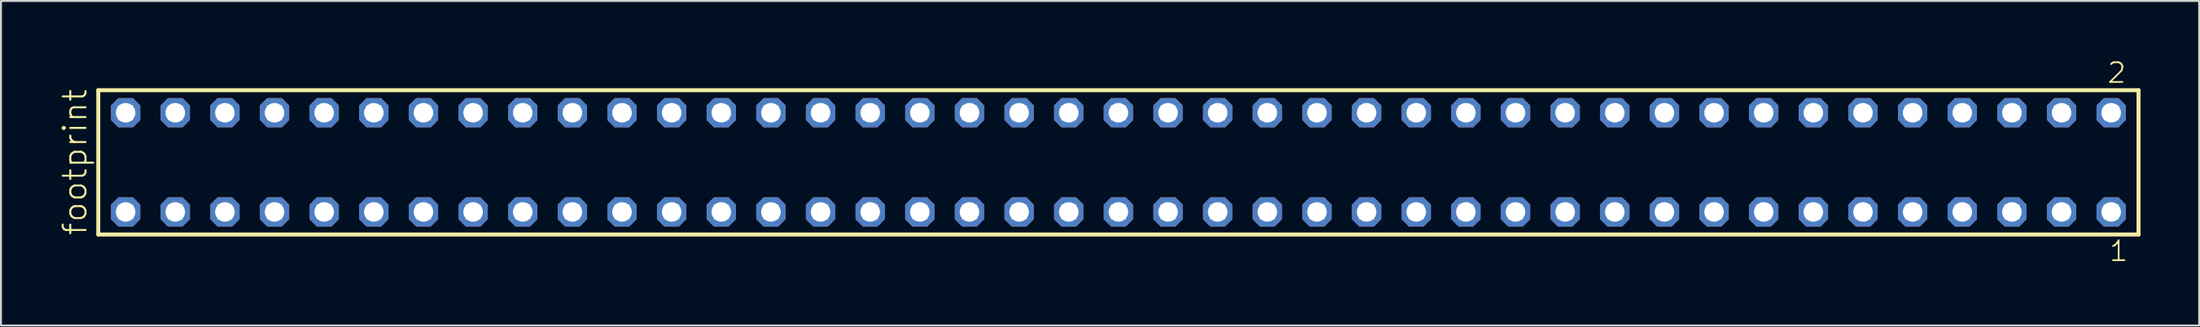
<source format=kicad_pcb>
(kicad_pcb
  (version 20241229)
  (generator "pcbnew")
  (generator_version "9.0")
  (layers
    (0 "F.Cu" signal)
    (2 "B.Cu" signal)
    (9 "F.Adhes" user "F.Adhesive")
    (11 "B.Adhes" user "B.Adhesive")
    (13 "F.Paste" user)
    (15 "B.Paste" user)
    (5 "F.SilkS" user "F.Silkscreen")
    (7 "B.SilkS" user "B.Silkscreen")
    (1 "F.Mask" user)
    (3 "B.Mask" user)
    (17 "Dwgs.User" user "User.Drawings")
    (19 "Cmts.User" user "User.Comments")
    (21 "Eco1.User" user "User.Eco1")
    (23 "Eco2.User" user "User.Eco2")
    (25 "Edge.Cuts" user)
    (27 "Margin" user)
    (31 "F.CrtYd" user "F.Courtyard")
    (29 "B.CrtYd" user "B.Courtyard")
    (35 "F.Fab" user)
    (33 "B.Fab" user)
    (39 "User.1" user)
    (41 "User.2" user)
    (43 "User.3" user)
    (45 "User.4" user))
  (footprint "footprint"
    (layer "F.Cu")
    (at 54.178 5.265)
    (property "Reference" "footprint" (at -52.705 3.81 90) (layer "F.SilkS") (effects (font (size 1.168 1.168) (thickness 0.102)) (justify left bottom)))
    (fp_line (start -52.199 -3.695) (end 52.199 -3.695) (stroke (width 0.203) (type solid)) (layer "F.SilkS"))
    (fp_line (start -52.199 3.695) (end -52.199 -3.695) (stroke (width 0.203) (type solid)) (layer "F.SilkS"))
    (fp_line (start 52.199 -3.695) (end 52.199 3.695) (stroke (width 0.203) (type solid)) (layer "F.SilkS"))
    (fp_line (start 52.199 3.695) (end -52.199 3.695) (stroke (width 0.203) (type solid)) (layer "F.SilkS"))
    (fp_poly (pts (xy -51.15 -2.19) (xy -50.45 -2.19) (xy -50.45 -2.89) (xy -51.15 -2.89)) (stroke (width 0.1) (type solid)) (fill no) (layer "F.Fab"))
    (fp_poly (pts (xy -51.15 2.89) (xy -50.45 2.89) (xy -50.45 2.19) (xy -51.15 2.19)) (stroke (width 0.1) (type solid)) (fill no) (layer "F.Fab"))
    (fp_poly (pts (xy -48.61 -2.19) (xy -47.91 -2.19) (xy -47.91 -2.89) (xy -48.61 -2.89)) (stroke (width 0.1) (type solid)) (fill no) (layer "F.Fab"))
    (fp_poly (pts (xy -48.61 2.89) (xy -47.91 2.89) (xy -47.91 2.19) (xy -48.61 2.19)) (stroke (width 0.1) (type solid)) (fill no) (layer "F.Fab"))
    (fp_poly (pts (xy -46.07 -2.19) (xy -45.37 -2.19) (xy -45.37 -2.89) (xy -46.07 -2.89)) (stroke (width 0.1) (type solid)) (fill no) (layer "F.Fab"))
    (fp_poly (pts (xy -46.07 2.89) (xy -45.37 2.89) (xy -45.37 2.19) (xy -46.07 2.19)) (stroke (width 0.1) (type solid)) (fill no) (layer "F.Fab"))
    (fp_poly (pts (xy -43.53 -2.19) (xy -42.83 -2.19) (xy -42.83 -2.89) (xy -43.53 -2.89)) (stroke (width 0.1) (type solid)) (fill no) (layer "F.Fab"))
    (fp_poly (pts (xy -43.53 2.89) (xy -42.83 2.89) (xy -42.83 2.19) (xy -43.53 2.19)) (stroke (width 0.1) (type solid)) (fill no) (layer "F.Fab"))
    (fp_poly (pts (xy -40.99 -2.19) (xy -40.29 -2.19) (xy -40.29 -2.89) (xy -40.99 -2.89)) (stroke (width 0.1) (type solid)) (fill no) (layer "F.Fab"))
    (fp_poly (pts (xy -40.99 2.89) (xy -40.29 2.89) (xy -40.29 2.19) (xy -40.99 2.19)) (stroke (width 0.1) (type solid)) (fill no) (layer "F.Fab"))
    (fp_poly (pts (xy -38.45 -2.19) (xy -37.75 -2.19) (xy -37.75 -2.89) (xy -38.45 -2.89)) (stroke (width 0.1) (type solid)) (fill no) (layer "F.Fab"))
    (fp_poly (pts (xy -38.45 2.89) (xy -37.75 2.89) (xy -37.75 2.19) (xy -38.45 2.19)) (stroke (width 0.1) (type solid)) (fill no) (layer "F.Fab"))
    (fp_poly (pts (xy -35.91 -2.19) (xy -35.21 -2.19) (xy -35.21 -2.89) (xy -35.91 -2.89)) (stroke (width 0.1) (type solid)) (fill no) (layer "F.Fab"))
    (fp_poly (pts (xy -35.91 2.89) (xy -35.21 2.89) (xy -35.21 2.19) (xy -35.91 2.19)) (stroke (width 0.1) (type solid)) (fill no) (layer "F.Fab"))
    (fp_poly (pts (xy -33.37 -2.19) (xy -32.67 -2.19) (xy -32.67 -2.89) (xy -33.37 -2.89)) (stroke (width 0.1) (type solid)) (fill no) (layer "F.Fab"))
    (fp_poly (pts (xy -33.37 2.89) (xy -32.67 2.89) (xy -32.67 2.19) (xy -33.37 2.19)) (stroke (width 0.1) (type solid)) (fill no) (layer "F.Fab"))
    (fp_poly (pts (xy -30.83 -2.19) (xy -30.13 -2.19) (xy -30.13 -2.89) (xy -30.83 -2.89)) (stroke (width 0.1) (type solid)) (fill no) (layer "F.Fab"))
    (fp_poly (pts (xy -30.83 2.89) (xy -30.13 2.89) (xy -30.13 2.19) (xy -30.83 2.19)) (stroke (width 0.1) (type solid)) (fill no) (layer "F.Fab"))
    (fp_poly (pts (xy -28.29 -2.19) (xy -27.59 -2.19) (xy -27.59 -2.89) (xy -28.29 -2.89)) (stroke (width 0.1) (type solid)) (fill no) (layer "F.Fab"))
    (fp_poly (pts (xy -28.29 2.89) (xy -27.59 2.89) (xy -27.59 2.19) (xy -28.29 2.19)) (stroke (width 0.1) (type solid)) (fill no) (layer "F.Fab"))
    (fp_poly (pts (xy -25.75 -2.19) (xy -25.05 -2.19) (xy -25.05 -2.89) (xy -25.75 -2.89)) (stroke (width 0.1) (type solid)) (fill no) (layer "F.Fab"))
    (fp_poly (pts (xy -25.75 2.89) (xy -25.05 2.89) (xy -25.05 2.19) (xy -25.75 2.19)) (stroke (width 0.1) (type solid)) (fill no) (layer "F.Fab"))
    (fp_poly (pts (xy -23.21 -2.19) (xy -22.51 -2.19) (xy -22.51 -2.89) (xy -23.21 -2.89)) (stroke (width 0.1) (type solid)) (fill no) (layer "F.Fab"))
    (fp_poly (pts (xy -23.21 2.89) (xy -22.51 2.89) (xy -22.51 2.19) (xy -23.21 2.19)) (stroke (width 0.1) (type solid)) (fill no) (layer "F.Fab"))
    (fp_poly (pts (xy -20.67 -2.19) (xy -19.97 -2.19) (xy -19.97 -2.89) (xy -20.67 -2.89)) (stroke (width 0.1) (type solid)) (fill no) (layer "F.Fab"))
    (fp_poly (pts (xy -20.67 2.89) (xy -19.97 2.89) (xy -19.97 2.19) (xy -20.67 2.19)) (stroke (width 0.1) (type solid)) (fill no) (layer "F.Fab"))
    (fp_poly (pts (xy -18.13 -2.19) (xy -17.43 -2.19) (xy -17.43 -2.89) (xy -18.13 -2.89)) (stroke (width 0.1) (type solid)) (fill no) (layer "F.Fab"))
    (fp_poly (pts (xy -18.13 2.89) (xy -17.43 2.89) (xy -17.43 2.19) (xy -18.13 2.19)) (stroke (width 0.1) (type solid)) (fill no) (layer "F.Fab"))
    (fp_poly (pts (xy -15.59 -2.19) (xy -14.89 -2.19) (xy -14.89 -2.89) (xy -15.59 -2.89)) (stroke (width 0.1) (type solid)) (fill no) (layer "F.Fab"))
    (fp_poly (pts (xy -15.59 2.89) (xy -14.89 2.89) (xy -14.89 2.19) (xy -15.59 2.19)) (stroke (width 0.1) (type solid)) (fill no) (layer "F.Fab"))
    (fp_poly (pts (xy -13.05 -2.19) (xy -12.35 -2.19) (xy -12.35 -2.89) (xy -13.05 -2.89)) (stroke (width 0.1) (type solid)) (fill no) (layer "F.Fab"))
    (fp_poly (pts (xy -13.05 2.89) (xy -12.35 2.89) (xy -12.35 2.19) (xy -13.05 2.19)) (stroke (width 0.1) (type solid)) (fill no) (layer "F.Fab"))
    (fp_poly (pts (xy -10.51 -2.19) (xy -9.81 -2.19) (xy -9.81 -2.89) (xy -10.51 -2.89)) (stroke (width 0.1) (type solid)) (fill no) (layer "F.Fab"))
    (fp_poly (pts (xy -10.51 2.89) (xy -9.81 2.89) (xy -9.81 2.19) (xy -10.51 2.19)) (stroke (width 0.1) (type solid)) (fill no) (layer "F.Fab"))
    (fp_poly (pts (xy -7.97 -2.19) (xy -7.27 -2.19) (xy -7.27 -2.89) (xy -7.97 -2.89)) (stroke (width 0.1) (type solid)) (fill no) (layer "F.Fab"))
    (fp_poly (pts (xy -7.97 2.89) (xy -7.27 2.89) (xy -7.27 2.19) (xy -7.97 2.19)) (stroke (width 0.1) (type solid)) (fill no) (layer "F.Fab"))
    (fp_poly (pts (xy -5.43 -2.19) (xy -4.73 -2.19) (xy -4.73 -2.89) (xy -5.43 -2.89)) (stroke (width 0.1) (type solid)) (fill no) (layer "F.Fab"))
    (fp_poly (pts (xy -5.43 2.89) (xy -4.73 2.89) (xy -4.73 2.19) (xy -5.43 2.19)) (stroke (width 0.1) (type solid)) (fill no) (layer "F.Fab"))
    (fp_poly (pts (xy -2.89 -2.19) (xy -2.19 -2.19) (xy -2.19 -2.89) (xy -2.89 -2.89)) (stroke (width 0.1) (type solid)) (fill no) (layer "F.Fab"))
    (fp_poly (pts (xy -2.89 2.89) (xy -2.19 2.89) (xy -2.19 2.19) (xy -2.89 2.19)) (stroke (width 0.1) (type solid)) (fill no) (layer "F.Fab"))
    (fp_poly (pts (xy -0.35 -2.19) (xy 0.35 -2.19) (xy 0.35 -2.89) (xy -0.35 -2.89)) (stroke (width 0.1) (type solid)) (fill no) (layer "F.Fab"))
    (fp_poly (pts (xy -0.35 2.89) (xy 0.35 2.89) (xy 0.35 2.19) (xy -0.35 2.19)) (stroke (width 0.1) (type solid)) (fill no) (layer "F.Fab"))
    (fp_poly (pts (xy 2.19 -2.19) (xy 2.89 -2.19) (xy 2.89 -2.89) (xy 2.19 -2.89)) (stroke (width 0.1) (type solid)) (fill no) (layer "F.Fab"))
    (fp_poly (pts (xy 2.19 2.89) (xy 2.89 2.89) (xy 2.89 2.19) (xy 2.19 2.19)) (stroke (width 0.1) (type solid)) (fill no) (layer "F.Fab"))
    (fp_poly (pts (xy 4.73 -2.19) (xy 5.43 -2.19) (xy 5.43 -2.89) (xy 4.73 -2.89)) (stroke (width 0.1) (type solid)) (fill no) (layer "F.Fab"))
    (fp_poly (pts (xy 4.73 2.89) (xy 5.43 2.89) (xy 5.43 2.19) (xy 4.73 2.19)) (stroke (width 0.1) (type solid)) (fill no) (layer "F.Fab"))
    (fp_poly (pts (xy 7.27 -2.19) (xy 7.97 -2.19) (xy 7.97 -2.89) (xy 7.27 -2.89)) (stroke (width 0.1) (type solid)) (fill no) (layer "F.Fab"))
    (fp_poly (pts (xy 7.27 2.89) (xy 7.97 2.89) (xy 7.97 2.19) (xy 7.27 2.19)) (stroke (width 0.1) (type solid)) (fill no) (layer "F.Fab"))
    (fp_poly (pts (xy 9.81 -2.19) (xy 10.51 -2.19) (xy 10.51 -2.89) (xy 9.81 -2.89)) (stroke (width 0.1) (type solid)) (fill no) (layer "F.Fab"))
    (fp_poly (pts (xy 9.81 2.89) (xy 10.51 2.89) (xy 10.51 2.19) (xy 9.81 2.19)) (stroke (width 0.1) (type solid)) (fill no) (layer "F.Fab"))
    (fp_poly (pts (xy 12.35 -2.19) (xy 13.05 -2.19) (xy 13.05 -2.89) (xy 12.35 -2.89)) (stroke (width 0.1) (type solid)) (fill no) (layer "F.Fab"))
    (fp_poly (pts (xy 12.35 2.89) (xy 13.05 2.89) (xy 13.05 2.19) (xy 12.35 2.19)) (stroke (width 0.1) (type solid)) (fill no) (layer "F.Fab"))
    (fp_poly (pts (xy 14.89 -2.19) (xy 15.59 -2.19) (xy 15.59 -2.89) (xy 14.89 -2.89)) (stroke (width 0.1) (type solid)) (fill no) (layer "F.Fab"))
    (fp_poly (pts (xy 14.89 2.89) (xy 15.59 2.89) (xy 15.59 2.19) (xy 14.89 2.19)) (stroke (width 0.1) (type solid)) (fill no) (layer "F.Fab"))
    (fp_poly (pts (xy 17.43 -2.19) (xy 18.13 -2.19) (xy 18.13 -2.89) (xy 17.43 -2.89)) (stroke (width 0.1) (type solid)) (fill no) (layer "F.Fab"))
    (fp_poly (pts (xy 17.43 2.89) (xy 18.13 2.89) (xy 18.13 2.19) (xy 17.43 2.19)) (stroke (width 0.1) (type solid)) (fill no) (layer "F.Fab"))
    (fp_poly (pts (xy 19.97 -2.19) (xy 20.67 -2.19) (xy 20.67 -2.89) (xy 19.97 -2.89)) (stroke (width 0.1) (type solid)) (fill no) (layer "F.Fab"))
    (fp_poly (pts (xy 19.97 2.89) (xy 20.67 2.89) (xy 20.67 2.19) (xy 19.97 2.19)) (stroke (width 0.1) (type solid)) (fill no) (layer "F.Fab"))
    (fp_poly (pts (xy 22.51 -2.19) (xy 23.21 -2.19) (xy 23.21 -2.89) (xy 22.51 -2.89)) (stroke (width 0.1) (type solid)) (fill no) (layer "F.Fab"))
    (fp_poly (pts (xy 22.51 2.89) (xy 23.21 2.89) (xy 23.21 2.19) (xy 22.51 2.19)) (stroke (width 0.1) (type solid)) (fill no) (layer "F.Fab"))
    (fp_poly (pts (xy 25.05 -2.19) (xy 25.75 -2.19) (xy 25.75 -2.89) (xy 25.05 -2.89)) (stroke (width 0.1) (type solid)) (fill no) (layer "F.Fab"))
    (fp_poly (pts (xy 25.05 2.89) (xy 25.75 2.89) (xy 25.75 2.19) (xy 25.05 2.19)) (stroke (width 0.1) (type solid)) (fill no) (layer "F.Fab"))
    (fp_poly (pts (xy 27.59 -2.19) (xy 28.29 -2.19) (xy 28.29 -2.89) (xy 27.59 -2.89)) (stroke (width 0.1) (type solid)) (fill no) (layer "F.Fab"))
    (fp_poly (pts (xy 27.59 2.89) (xy 28.29 2.89) (xy 28.29 2.19) (xy 27.59 2.19)) (stroke (width 0.1) (type solid)) (fill no) (layer "F.Fab"))
    (fp_poly (pts (xy 30.13 -2.19) (xy 30.83 -2.19) (xy 30.83 -2.89) (xy 30.13 -2.89)) (stroke (width 0.1) (type solid)) (fill no) (layer "F.Fab"))
    (fp_poly (pts (xy 30.13 2.89) (xy 30.83 2.89) (xy 30.83 2.19) (xy 30.13 2.19)) (stroke (width 0.1) (type solid)) (fill no) (layer "F.Fab"))
    (fp_poly (pts (xy 32.67 -2.19) (xy 33.37 -2.19) (xy 33.37 -2.89) (xy 32.67 -2.89)) (stroke (width 0.1) (type solid)) (fill no) (layer "F.Fab"))
    (fp_poly (pts (xy 32.67 2.89) (xy 33.37 2.89) (xy 33.37 2.19) (xy 32.67 2.19)) (stroke (width 0.1) (type solid)) (fill no) (layer "F.Fab"))
    (fp_poly (pts (xy 35.21 -2.19) (xy 35.91 -2.19) (xy 35.91 -2.89) (xy 35.21 -2.89)) (stroke (width 0.1) (type solid)) (fill no) (layer "F.Fab"))
    (fp_poly (pts (xy 35.21 2.89) (xy 35.91 2.89) (xy 35.91 2.19) (xy 35.21 2.19)) (stroke (width 0.1) (type solid)) (fill no) (layer "F.Fab"))
    (fp_poly (pts (xy 37.75 -2.19) (xy 38.45 -2.19) (xy 38.45 -2.89) (xy 37.75 -2.89)) (stroke (width 0.1) (type solid)) (fill no) (layer "F.Fab"))
    (fp_poly (pts (xy 37.75 2.89) (xy 38.45 2.89) (xy 38.45 2.19) (xy 37.75 2.19)) (stroke (width 0.1) (type solid)) (fill no) (layer "F.Fab"))
    (fp_poly (pts (xy 40.29 -2.19) (xy 40.99 -2.19) (xy 40.99 -2.89) (xy 40.29 -2.89)) (stroke (width 0.1) (type solid)) (fill no) (layer "F.Fab"))
    (fp_poly (pts (xy 40.29 2.89) (xy 40.99 2.89) (xy 40.99 2.19) (xy 40.29 2.19)) (stroke (width 0.1) (type solid)) (fill no) (layer "F.Fab"))
    (fp_poly (pts (xy 42.83 -2.19) (xy 43.53 -2.19) (xy 43.53 -2.89) (xy 42.83 -2.89)) (stroke (width 0.1) (type solid)) (fill no) (layer "F.Fab"))
    (fp_poly (pts (xy 42.83 2.89) (xy 43.53 2.89) (xy 43.53 2.19) (xy 42.83 2.19)) (stroke (width 0.1) (type solid)) (fill no) (layer "F.Fab"))
    (fp_poly (pts (xy 45.37 -2.19) (xy 46.07 -2.19) (xy 46.07 -2.89) (xy 45.37 -2.89)) (stroke (width 0.1) (type solid)) (fill no) (layer "F.Fab"))
    (fp_poly (pts (xy 45.37 2.89) (xy 46.07 2.89) (xy 46.07 2.19) (xy 45.37 2.19)) (stroke (width 0.1) (type solid)) (fill no) (layer "F.Fab"))
    (fp_poly (pts (xy 47.91 -2.19) (xy 48.61 -2.19) (xy 48.61 -2.89) (xy 47.91 -2.89)) (stroke (width 0.1) (type solid)) (fill no) (layer "F.Fab"))
    (fp_poly (pts (xy 47.91 2.89) (xy 48.61 2.89) (xy 48.61 2.19) (xy 47.91 2.19)) (stroke (width 0.1) (type solid)) (fill no) (layer "F.Fab"))
    (fp_poly (pts (xy 50.45 -2.19) (xy 51.15 -2.19) (xy 51.15 -2.89) (xy 50.45 -2.89)) (stroke (width 0.1) (type solid)) (fill no) (layer "F.Fab"))
    (fp_poly (pts (xy 50.45 2.89) (xy 51.15 2.89) (xy 51.15 2.19) (xy 50.45 2.19)) (stroke (width 0.1) (type solid)) (fill no) (layer "F.Fab"))
    (fp_text user "1" (at 50.642 5.138 0) (layer "F.SilkS") (effects (font (size 1.012 1.012) (thickness 0.088)) (justify left bottom)))
    (fp_text user "2" (at 50.542 -3.989 0) (layer "F.SilkS") (effects (font (size 1.012 1.012) (thickness 0.088)) (justify left bottom)))
    (pad "1" thru_hole roundrect (at 50.8 2.54 180) (size 1.5 1.5) (drill 1) (layers "*.Cu" "*.Mask") (roundrect_rratio 0.25) (chamfer_ratio 0.25) (chamfer top_left top_right bottom_left bottom_right))
    (pad "2" thru_hole roundrect (at 50.8 -2.54 180) (size 1.5 1.5) (drill 1) (layers "*.Cu" "*.Mask") (roundrect_rratio 0.25) (chamfer_ratio 0.25) (chamfer top_left top_right bottom_left bottom_right))
    (pad "3" thru_hole roundrect (at 48.26 2.54 180) (size 1.5 1.5) (drill 1) (layers "*.Cu" "*.Mask") (roundrect_rratio 0.25) (chamfer_ratio 0.25) (chamfer top_left top_right bottom_left bottom_right))
    (pad "4" thru_hole roundrect (at 48.26 -2.54 180) (size 1.5 1.5) (drill 1) (layers "*.Cu" "*.Mask") (roundrect_rratio 0.25) (chamfer_ratio 0.25) (chamfer top_left top_right bottom_left bottom_right))
    (pad "5" thru_hole roundrect (at 45.72 2.54 180) (size 1.5 1.5) (drill 1) (layers "*.Cu" "*.Mask") (roundrect_rratio 0.25) (chamfer_ratio 0.25) (chamfer top_left top_right bottom_left bottom_right))
    (pad "6" thru_hole roundrect (at 45.72 -2.54 180) (size 1.5 1.5) (drill 1) (layers "*.Cu" "*.Mask") (roundrect_rratio 0.25) (chamfer_ratio 0.25) (chamfer top_left top_right bottom_left bottom_right))
    (pad "7" thru_hole roundrect (at 43.18 2.54 180) (size 1.5 1.5) (drill 1) (layers "*.Cu" "*.Mask") (roundrect_rratio 0.25) (chamfer_ratio 0.25) (chamfer top_left top_right bottom_left bottom_right))
    (pad "8" thru_hole roundrect (at 43.18 -2.54 180) (size 1.5 1.5) (drill 1) (layers "*.Cu" "*.Mask") (roundrect_rratio 0.25) (chamfer_ratio 0.25) (chamfer top_left top_right bottom_left bottom_right))
    (pad "9" thru_hole roundrect (at 40.64 2.54 180) (size 1.5 1.5) (drill 1) (layers "*.Cu" "*.Mask") (roundrect_rratio 0.25) (chamfer_ratio 0.25) (chamfer top_left top_right bottom_left bottom_right))
    (pad "10" thru_hole roundrect (at 40.64 -2.54 180) (size 1.5 1.5) (drill 1) (layers "*.Cu" "*.Mask") (roundrect_rratio 0.25) (chamfer_ratio 0.25) (chamfer top_left top_right bottom_left bottom_right))
    (pad "11" thru_hole roundrect (at 38.1 2.54 180) (size 1.5 1.5) (drill 1) (layers "*.Cu" "*.Mask") (roundrect_rratio 0.25) (chamfer_ratio 0.25) (chamfer top_left top_right bottom_left bottom_right))
    (pad "12" thru_hole roundrect (at 38.1 -2.54 180) (size 1.5 1.5) (drill 1) (layers "*.Cu" "*.Mask") (roundrect_rratio 0.25) (chamfer_ratio 0.25) (chamfer top_left top_right bottom_left bottom_right))
    (pad "13" thru_hole roundrect (at 35.56 2.54 180) (size 1.5 1.5) (drill 1) (layers "*.Cu" "*.Mask") (roundrect_rratio 0.25) (chamfer_ratio 0.25) (chamfer top_left top_right bottom_left bottom_right))
    (pad "14" thru_hole roundrect (at 35.56 -2.54 180) (size 1.5 1.5) (drill 1) (layers "*.Cu" "*.Mask") (roundrect_rratio 0.25) (chamfer_ratio 0.25) (chamfer top_left top_right bottom_left bottom_right))
    (pad "15" thru_hole roundrect (at 33.02 2.54 180) (size 1.5 1.5) (drill 1) (layers "*.Cu" "*.Mask") (roundrect_rratio 0.25) (chamfer_ratio 0.25) (chamfer top_left top_right bottom_left bottom_right))
    (pad "16" thru_hole roundrect (at 33.02 -2.54 180) (size 1.5 1.5) (drill 1) (layers "*.Cu" "*.Mask") (roundrect_rratio 0.25) (chamfer_ratio 0.25) (chamfer top_left top_right bottom_left bottom_right))
    (pad "17" thru_hole roundrect (at 30.48 2.54 180) (size 1.5 1.5) (drill 1) (layers "*.Cu" "*.Mask") (roundrect_rratio 0.25) (chamfer_ratio 0.25) (chamfer top_left top_right bottom_left bottom_right))
    (pad "18" thru_hole roundrect (at 30.48 -2.54 180) (size 1.5 1.5) (drill 1) (layers "*.Cu" "*.Mask") (roundrect_rratio 0.25) (chamfer_ratio 0.25) (chamfer top_left top_right bottom_left bottom_right))
    (pad "19" thru_hole roundrect (at 27.94 2.54 180) (size 1.5 1.5) (drill 1) (layers "*.Cu" "*.Mask") (roundrect_rratio 0.25) (chamfer_ratio 0.25) (chamfer top_left top_right bottom_left bottom_right))
    (pad "20" thru_hole roundrect (at 27.94 -2.54 180) (size 1.5 1.5) (drill 1) (layers "*.Cu" "*.Mask") (roundrect_rratio 0.25) (chamfer_ratio 0.25) (chamfer top_left top_right bottom_left bottom_right))
    (pad "21" thru_hole roundrect (at 25.4 2.54 180) (size 1.5 1.5) (drill 1) (layers "*.Cu" "*.Mask") (roundrect_rratio 0.25) (chamfer_ratio 0.25) (chamfer top_left top_right bottom_left bottom_right))
    (pad "22" thru_hole roundrect (at 25.4 -2.54 180) (size 1.5 1.5) (drill 1) (layers "*.Cu" "*.Mask") (roundrect_rratio 0.25) (chamfer_ratio 0.25) (chamfer top_left top_right bottom_left bottom_right))
    (pad "23" thru_hole roundrect (at 22.86 2.54 180) (size 1.5 1.5) (drill 1) (layers "*.Cu" "*.Mask") (roundrect_rratio 0.25) (chamfer_ratio 0.25) (chamfer top_left top_right bottom_left bottom_right))
    (pad "24" thru_hole roundrect (at 22.86 -2.54 180) (size 1.5 1.5) (drill 1) (layers "*.Cu" "*.Mask") (roundrect_rratio 0.25) (chamfer_ratio 0.25) (chamfer top_left top_right bottom_left bottom_right))
    (pad "25" thru_hole roundrect (at 20.32 2.54 180) (size 1.5 1.5) (drill 1) (layers "*.Cu" "*.Mask") (roundrect_rratio 0.25) (chamfer_ratio 0.25) (chamfer top_left top_right bottom_left bottom_right))
    (pad "26" thru_hole roundrect (at 20.32 -2.54 180) (size 1.5 1.5) (drill 1) (layers "*.Cu" "*.Mask") (roundrect_rratio 0.25) (chamfer_ratio 0.25) (chamfer top_left top_right bottom_left bottom_right))
    (pad "27" thru_hole roundrect (at 17.78 2.54 180) (size 1.5 1.5) (drill 1) (layers "*.Cu" "*.Mask") (roundrect_rratio 0.25) (chamfer_ratio 0.25) (chamfer top_left top_right bottom_left bottom_right))
    (pad "28" thru_hole roundrect (at 17.78 -2.54 180) (size 1.5 1.5) (drill 1) (layers "*.Cu" "*.Mask") (roundrect_rratio 0.25) (chamfer_ratio 0.25) (chamfer top_left top_right bottom_left bottom_right))
    (pad "29" thru_hole roundrect (at 15.24 2.54 180) (size 1.5 1.5) (drill 1) (layers "*.Cu" "*.Mask") (roundrect_rratio 0.25) (chamfer_ratio 0.25) (chamfer top_left top_right bottom_left bottom_right))
    (pad "30" thru_hole roundrect (at 15.24 -2.54 180) (size 1.5 1.5) (drill 1) (layers "*.Cu" "*.Mask") (roundrect_rratio 0.25) (chamfer_ratio 0.25) (chamfer top_left top_right bottom_left bottom_right))
    (pad "31" thru_hole roundrect (at 12.7 2.54 180) (size 1.5 1.5) (drill 1) (layers "*.Cu" "*.Mask") (roundrect_rratio 0.25) (chamfer_ratio 0.25) (chamfer top_left top_right bottom_left bottom_right))
    (pad "32" thru_hole roundrect (at 12.7 -2.54 180) (size 1.5 1.5) (drill 1) (layers "*.Cu" "*.Mask") (roundrect_rratio 0.25) (chamfer_ratio 0.25) (chamfer top_left top_right bottom_left bottom_right))
    (pad "33" thru_hole roundrect (at 10.16 2.54 180) (size 1.5 1.5) (drill 1) (layers "*.Cu" "*.Mask") (roundrect_rratio 0.25) (chamfer_ratio 0.25) (chamfer top_left top_right bottom_left bottom_right))
    (pad "34" thru_hole roundrect (at 10.16 -2.54 180) (size 1.5 1.5) (drill 1) (layers "*.Cu" "*.Mask") (roundrect_rratio 0.25) (chamfer_ratio 0.25) (chamfer top_left top_right bottom_left bottom_right))
    (pad "35" thru_hole roundrect (at 7.62 2.54 180) (size 1.5 1.5) (drill 1) (layers "*.Cu" "*.Mask") (roundrect_rratio 0.25) (chamfer_ratio 0.25) (chamfer top_left top_right bottom_left bottom_right))
    (pad "36" thru_hole roundrect (at 7.62 -2.54 180) (size 1.5 1.5) (drill 1) (layers "*.Cu" "*.Mask") (roundrect_rratio 0.25) (chamfer_ratio 0.25) (chamfer top_left top_right bottom_left bottom_right))
    (pad "37" thru_hole roundrect (at 5.08 2.54 180) (size 1.5 1.5) (drill 1) (layers "*.Cu" "*.Mask") (roundrect_rratio 0.25) (chamfer_ratio 0.25) (chamfer top_left top_right bottom_left bottom_right))
    (pad "38" thru_hole roundrect (at 5.08 -2.54 180) (size 1.5 1.5) (drill 1) (layers "*.Cu" "*.Mask") (roundrect_rratio 0.25) (chamfer_ratio 0.25) (chamfer top_left top_right bottom_left bottom_right))
    (pad "39" thru_hole roundrect (at 2.54 2.54 180) (size 1.5 1.5) (drill 1) (layers "*.Cu" "*.Mask") (roundrect_rratio 0.25) (chamfer_ratio 0.25) (chamfer top_left top_right bottom_left bottom_right))
    (pad "40" thru_hole roundrect (at 2.54 -2.54 180) (size 1.5 1.5) (drill 1) (layers "*.Cu" "*.Mask") (roundrect_rratio 0.25) (chamfer_ratio 0.25) (chamfer top_left top_right bottom_left bottom_right))
    (pad "41" thru_hole roundrect (at 0 2.54 180) (size 1.5 1.5) (drill 1) (layers "*.Cu" "*.Mask") (roundrect_rratio 0.25) (chamfer_ratio 0.25) (chamfer top_left top_right bottom_left bottom_right))
    (pad "42" thru_hole roundrect (at 0 -2.54 180) (size 1.5 1.5) (drill 1) (layers "*.Cu" "*.Mask") (roundrect_rratio 0.25) (chamfer_ratio 0.25) (chamfer top_left top_right bottom_left bottom_right))
    (pad "43" thru_hole roundrect (at -2.54 2.54 180) (size 1.5 1.5) (drill 1) (layers "*.Cu" "*.Mask") (roundrect_rratio 0.25) (chamfer_ratio 0.25) (chamfer top_left top_right bottom_left bottom_right))
    (pad "44" thru_hole roundrect (at -2.54 -2.54 180) (size 1.5 1.5) (drill 1) (layers "*.Cu" "*.Mask") (roundrect_rratio 0.25) (chamfer_ratio 0.25) (chamfer top_left top_right bottom_left bottom_right))
    (pad "45" thru_hole roundrect (at -5.08 2.54 180) (size 1.5 1.5) (drill 1) (layers "*.Cu" "*.Mask") (roundrect_rratio 0.25) (chamfer_ratio 0.25) (chamfer top_left top_right bottom_left bottom_right))
    (pad "46" thru_hole roundrect (at -5.08 -2.54 180) (size 1.5 1.5) (drill 1) (layers "*.Cu" "*.Mask") (roundrect_rratio 0.25) (chamfer_ratio 0.25) (chamfer top_left top_right bottom_left bottom_right))
    (pad "47" thru_hole roundrect (at -7.62 2.54 180) (size 1.5 1.5) (drill 1) (layers "*.Cu" "*.Mask") (roundrect_rratio 0.25) (chamfer_ratio 0.25) (chamfer top_left top_right bottom_left bottom_right))
    (pad "48" thru_hole roundrect (at -7.62 -2.54 180) (size 1.5 1.5) (drill 1) (layers "*.Cu" "*.Mask") (roundrect_rratio 0.25) (chamfer_ratio 0.25) (chamfer top_left top_right bottom_left bottom_right))
    (pad "49" thru_hole roundrect (at -10.16 2.54 180) (size 1.5 1.5) (drill 1) (layers "*.Cu" "*.Mask") (roundrect_rratio 0.25) (chamfer_ratio 0.25) (chamfer top_left top_right bottom_left bottom_right))
    (pad "50" thru_hole roundrect (at -10.16 -2.54 180) (size 1.5 1.5) (drill 1) (layers "*.Cu" "*.Mask") (roundrect_rratio 0.25) (chamfer_ratio 0.25) (chamfer top_left top_right bottom_left bottom_right))
    (pad "51" thru_hole roundrect (at -12.7 2.54 180) (size 1.5 1.5) (drill 1) (layers "*.Cu" "*.Mask") (roundrect_rratio 0.25) (chamfer_ratio 0.25) (chamfer top_left top_right bottom_left bottom_right))
    (pad "52" thru_hole roundrect (at -12.7 -2.54 180) (size 1.5 1.5) (drill 1) (layers "*.Cu" "*.Mask") (roundrect_rratio 0.25) (chamfer_ratio 0.25) (chamfer top_left top_right bottom_left bottom_right))
    (pad "53" thru_hole roundrect (at -15.24 2.54 180) (size 1.5 1.5) (drill 1) (layers "*.Cu" "*.Mask") (roundrect_rratio 0.25) (chamfer_ratio 0.25) (chamfer top_left top_right bottom_left bottom_right))
    (pad "54" thru_hole roundrect (at -15.24 -2.54 180) (size 1.5 1.5) (drill 1) (layers "*.Cu" "*.Mask") (roundrect_rratio 0.25) (chamfer_ratio 0.25) (chamfer top_left top_right bottom_left bottom_right))
    (pad "55" thru_hole roundrect (at -17.78 2.54 180) (size 1.5 1.5) (drill 1) (layers "*.Cu" "*.Mask") (roundrect_rratio 0.25) (chamfer_ratio 0.25) (chamfer top_left top_right bottom_left bottom_right))
    (pad "56" thru_hole roundrect (at -17.78 -2.54 180) (size 1.5 1.5) (drill 1) (layers "*.Cu" "*.Mask") (roundrect_rratio 0.25) (chamfer_ratio 0.25) (chamfer top_left top_right bottom_left bottom_right))
    (pad "57" thru_hole roundrect (at -20.32 2.54 180) (size 1.5 1.5) (drill 1) (layers "*.Cu" "*.Mask") (roundrect_rratio 0.25) (chamfer_ratio 0.25) (chamfer top_left top_right bottom_left bottom_right))
    (pad "58" thru_hole roundrect (at -20.32 -2.54 180) (size 1.5 1.5) (drill 1) (layers "*.Cu" "*.Mask") (roundrect_rratio 0.25) (chamfer_ratio 0.25) (chamfer top_left top_right bottom_left bottom_right))
    (pad "59" thru_hole roundrect (at -22.86 2.54 180) (size 1.5 1.5) (drill 1) (layers "*.Cu" "*.Mask") (roundrect_rratio 0.25) (chamfer_ratio 0.25) (chamfer top_left top_right bottom_left bottom_right))
    (pad "60" thru_hole roundrect (at -22.86 -2.54 180) (size 1.5 1.5) (drill 1) (layers "*.Cu" "*.Mask") (roundrect_rratio 0.25) (chamfer_ratio 0.25) (chamfer top_left top_right bottom_left bottom_right))
    (pad "61" thru_hole roundrect (at -25.4 2.54 180) (size 1.5 1.5) (drill 1) (layers "*.Cu" "*.Mask") (roundrect_rratio 0.25) (chamfer_ratio 0.25) (chamfer top_left top_right bottom_left bottom_right))
    (pad "62" thru_hole roundrect (at -25.4 -2.54 180) (size 1.5 1.5) (drill 1) (layers "*.Cu" "*.Mask") (roundrect_rratio 0.25) (chamfer_ratio 0.25) (chamfer top_left top_right bottom_left bottom_right))
    (pad "63" thru_hole roundrect (at -27.94 2.54 180) (size 1.5 1.5) (drill 1) (layers "*.Cu" "*.Mask") (roundrect_rratio 0.25) (chamfer_ratio 0.25) (chamfer top_left top_right bottom_left bottom_right))
    (pad "64" thru_hole roundrect (at -27.94 -2.54 180) (size 1.5 1.5) (drill 1) (layers "*.Cu" "*.Mask") (roundrect_rratio 0.25) (chamfer_ratio 0.25) (chamfer top_left top_right bottom_left bottom_right))
    (pad "65" thru_hole roundrect (at -30.48 2.54 180) (size 1.5 1.5) (drill 1) (layers "*.Cu" "*.Mask") (roundrect_rratio 0.25) (chamfer_ratio 0.25) (chamfer top_left top_right bottom_left bottom_right))
    (pad "66" thru_hole roundrect (at -30.48 -2.54 180) (size 1.5 1.5) (drill 1) (layers "*.Cu" "*.Mask") (roundrect_rratio 0.25) (chamfer_ratio 0.25) (chamfer top_left top_right bottom_left bottom_right))
    (pad "67" thru_hole roundrect (at -33.02 2.54 180) (size 1.5 1.5) (drill 1) (layers "*.Cu" "*.Mask") (roundrect_rratio 0.25) (chamfer_ratio 0.25) (chamfer top_left top_right bottom_left bottom_right))
    (pad "68" thru_hole roundrect (at -33.02 -2.54 180) (size 1.5 1.5) (drill 1) (layers "*.Cu" "*.Mask") (roundrect_rratio 0.25) (chamfer_ratio 0.25) (chamfer top_left top_right bottom_left bottom_right))
    (pad "69" thru_hole roundrect (at -35.56 2.54 180) (size 1.5 1.5) (drill 1) (layers "*.Cu" "*.Mask") (roundrect_rratio 0.25) (chamfer_ratio 0.25) (chamfer top_left top_right bottom_left bottom_right))
    (pad "70" thru_hole roundrect (at -35.56 -2.54 180) (size 1.5 1.5) (drill 1) (layers "*.Cu" "*.Mask") (roundrect_rratio 0.25) (chamfer_ratio 0.25) (chamfer top_left top_right bottom_left bottom_right))
    (pad "71" thru_hole roundrect (at -38.1 2.54 180) (size 1.5 1.5) (drill 1) (layers "*.Cu" "*.Mask") (roundrect_rratio 0.25) (chamfer_ratio 0.25) (chamfer top_left top_right bottom_left bottom_right))
    (pad "72" thru_hole roundrect (at -38.1 -2.54 180) (size 1.5 1.5) (drill 1) (layers "*.Cu" "*.Mask") (roundrect_rratio 0.25) (chamfer_ratio 0.25) (chamfer top_left top_right bottom_left bottom_right))
    (pad "73" thru_hole roundrect (at -40.64 2.54 180) (size 1.5 1.5) (drill 1) (layers "*.Cu" "*.Mask") (roundrect_rratio 0.25) (chamfer_ratio 0.25) (chamfer top_left top_right bottom_left bottom_right))
    (pad "74" thru_hole roundrect (at -40.64 -2.54 180) (size 1.5 1.5) (drill 1) (layers "*.Cu" "*.Mask") (roundrect_rratio 0.25) (chamfer_ratio 0.25) (chamfer top_left top_right bottom_left bottom_right))
    (pad "75" thru_hole roundrect (at -43.18 2.54 180) (size 1.5 1.5) (drill 1) (layers "*.Cu" "*.Mask") (roundrect_rratio 0.25) (chamfer_ratio 0.25) (chamfer top_left top_right bottom_left bottom_right))
    (pad "76" thru_hole roundrect (at -43.18 -2.54 180) (size 1.5 1.5) (drill 1) (layers "*.Cu" "*.Mask") (roundrect_rratio 0.25) (chamfer_ratio 0.25) (chamfer top_left top_right bottom_left bottom_right))
    (pad "77" thru_hole roundrect (at -45.72 2.54 180) (size 1.5 1.5) (drill 1) (layers "*.Cu" "*.Mask") (roundrect_rratio 0.25) (chamfer_ratio 0.25) (chamfer top_left top_right bottom_left bottom_right))
    (pad "78" thru_hole roundrect (at -45.72 -2.54 180) (size 1.5 1.5) (drill 1) (layers "*.Cu" "*.Mask") (roundrect_rratio 0.25) (chamfer_ratio 0.25) (chamfer top_left top_right bottom_left bottom_right))
    (pad "79" thru_hole roundrect (at -48.26 2.54 180) (size 1.5 1.5) (drill 1) (layers "*.Cu" "*.Mask") (roundrect_rratio 0.25) (chamfer_ratio 0.25) (chamfer top_left top_right bottom_left bottom_right))
    (pad "80" thru_hole roundrect (at -48.26 -2.54 180) (size 1.5 1.5) (drill 1) (layers "*.Cu" "*.Mask") (roundrect_rratio 0.25) (chamfer_ratio 0.25) (chamfer top_left top_right bottom_left bottom_right))
    (pad "81" thru_hole roundrect (at -50.8 2.54 180) (size 1.5 1.5) (drill 1) (layers "*.Cu" "*.Mask") (roundrect_rratio 0.25) (chamfer_ratio 0.25) (chamfer top_left top_right bottom_left bottom_right))
    (pad "82" thru_hole roundrect (at -50.8 -2.54 180) (size 1.5 1.5) (drill 1) (layers "*.Cu" "*.Mask") (roundrect_rratio 0.25) (chamfer_ratio 0.25) (chamfer top_left top_right bottom_left bottom_right)))
  (gr_rect
    (start -3 -3)
    (end 109.479 13.62)
    (stroke (width 0.1) (type default))
    (fill no)
    (layer "Edge.Cuts")))
</source>
